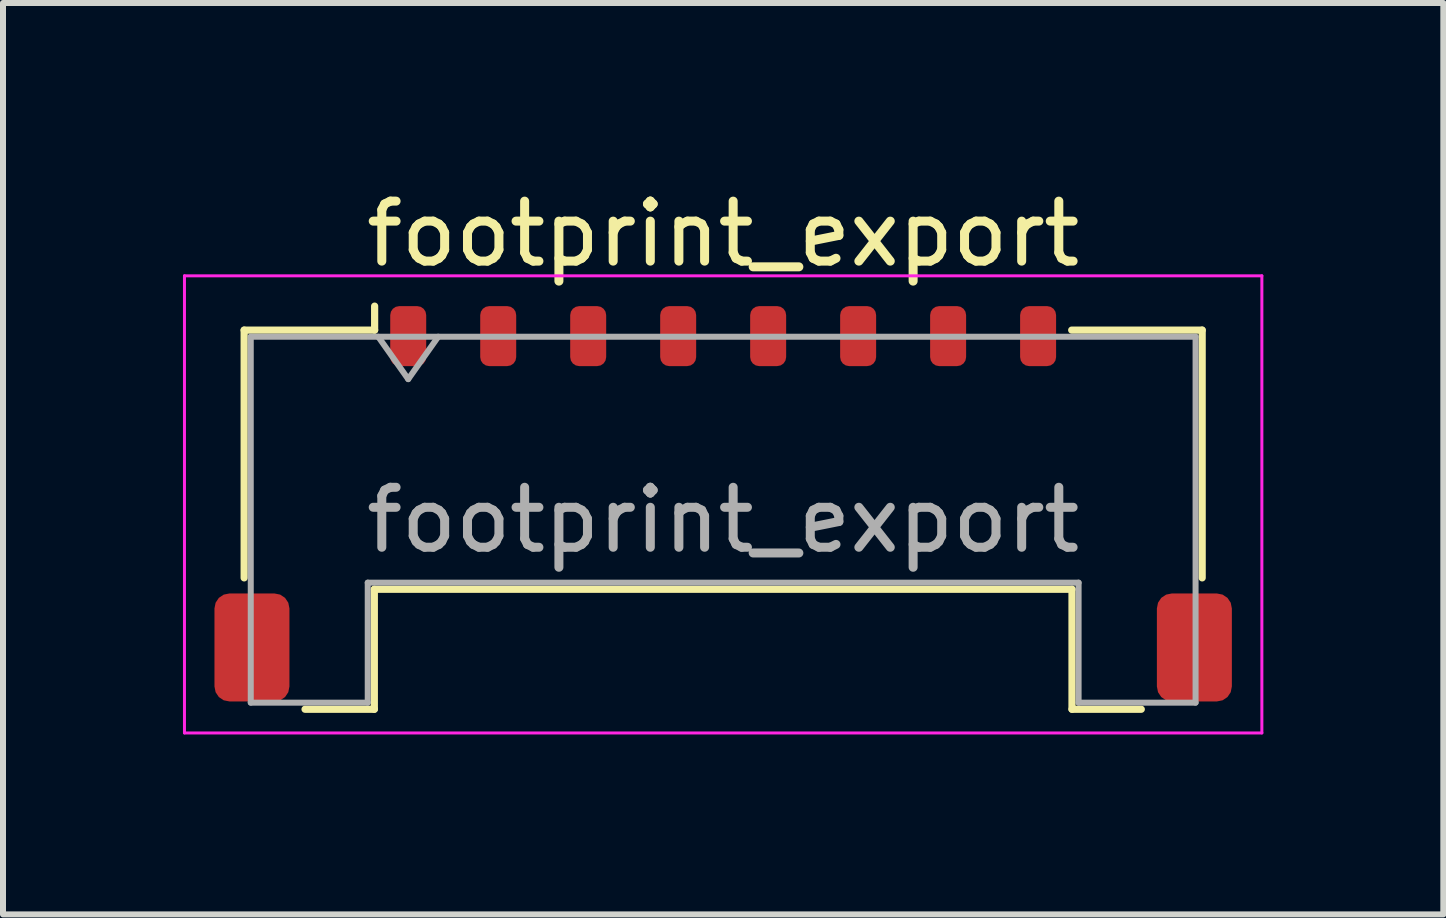
<source format=kicad_pcb>
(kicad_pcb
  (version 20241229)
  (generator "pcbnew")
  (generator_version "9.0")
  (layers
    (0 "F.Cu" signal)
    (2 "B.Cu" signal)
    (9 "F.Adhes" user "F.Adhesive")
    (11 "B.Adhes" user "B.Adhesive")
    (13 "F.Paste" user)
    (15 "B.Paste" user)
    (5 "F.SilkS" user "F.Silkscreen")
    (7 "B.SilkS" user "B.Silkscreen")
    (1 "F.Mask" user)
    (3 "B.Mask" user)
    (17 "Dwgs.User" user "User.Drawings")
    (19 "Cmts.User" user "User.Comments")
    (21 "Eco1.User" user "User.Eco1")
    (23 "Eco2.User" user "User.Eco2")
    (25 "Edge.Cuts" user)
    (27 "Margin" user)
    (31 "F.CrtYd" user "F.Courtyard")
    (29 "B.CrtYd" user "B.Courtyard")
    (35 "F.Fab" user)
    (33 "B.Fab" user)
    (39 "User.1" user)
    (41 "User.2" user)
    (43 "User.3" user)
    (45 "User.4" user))
  (footprint "footprint_export"
    (layer "F.Cu")
    (at 9.005 5.348)
    (property "Reference" "footprint_export" (at 0 -4.5 0) (layer "F.SilkS") (effects (font (size 1 1) (thickness 0.15))))
    (attr smd)
    (fp_line (start -7.985 -2.895) (end -5.81 -2.895) (stroke (width 0.12) (type solid)) (layer "F.SilkS"))
    (fp_line (start -7.985 1.235) (end -7.985 -2.895) (stroke (width 0.12) (type solid)) (layer "F.SilkS"))
    (fp_line (start -6.97 3.425) (end -5.815 3.425) (stroke (width 0.12) (type solid)) (layer "F.SilkS"))
    (fp_line (start -5.815 1.425) (end 5.815 1.425) (stroke (width 0.12) (type solid)) (layer "F.SilkS"))
    (fp_line (start -5.815 3.425) (end -5.815 1.425) (stroke (width 0.12) (type solid)) (layer "F.SilkS"))
    (fp_line (start -5.81 -2.895) (end -5.81 -3.295) (stroke (width 0.12) (type solid)) (layer "F.SilkS"))
    (fp_line (start 5.815 1.425) (end 5.815 3.425) (stroke (width 0.12) (type solid)) (layer "F.SilkS"))
    (fp_line (start 5.815 3.425) (end 6.97 3.425) (stroke (width 0.12) (type solid)) (layer "F.SilkS"))
    (fp_line (start 7.985 -2.895) (end 5.81 -2.895) (stroke (width 0.12) (type solid)) (layer "F.SilkS"))
    (fp_line (start 7.985 1.235) (end 7.985 -2.895) (stroke (width 0.12) (type solid)) (layer "F.SilkS"))
    (fp_line (start -8.98 -3.8) (end -8.98 3.82) (stroke (width 0.05) (type solid)) (layer "F.CrtYd"))
    (fp_line (start -8.98 3.82) (end 8.98 3.82) (stroke (width 0.05) (type solid)) (layer "F.CrtYd"))
    (fp_line (start 8.98 -3.8) (end -8.98 -3.8) (stroke (width 0.05) (type solid)) (layer "F.CrtYd"))
    (fp_line (start 8.98 3.82) (end 8.98 -3.8) (stroke (width 0.05) (type solid)) (layer "F.CrtYd"))
    (fp_line (start -7.875 -2.785) (end -7.875 3.315) (stroke (width 0.1) (type solid)) (layer "F.Fab"))
    (fp_line (start -7.875 -2.785) (end 7.875 -2.785) (stroke (width 0.1) (type solid)) (layer "F.Fab"))
    (fp_line (start -7.875 3.315) (end -5.925 3.315) (stroke (width 0.1) (type solid)) (layer "F.Fab"))
    (fp_line (start -5.925 1.315) (end 5.925 1.315) (stroke (width 0.1) (type solid)) (layer "F.Fab"))
    (fp_line (start -5.925 3.315) (end -5.925 1.315) (stroke (width 0.1) (type solid)) (layer "F.Fab"))
    (fp_line (start -5.75 -2.785) (end -5.25 -2.078) (stroke (width 0.1) (type solid)) (layer "F.Fab"))
    (fp_line (start -5.25 -2.078) (end -4.75 -2.785) (stroke (width 0.1) (type solid)) (layer "F.Fab"))
    (fp_line (start 5.925 1.315) (end 5.925 3.315) (stroke (width 0.1) (type solid)) (layer "F.Fab"))
    (fp_line (start 5.925 3.315) (end 7.875 3.315) (stroke (width 0.1) (type solid)) (layer "F.Fab"))
    (fp_line (start 7.875 -2.785) (end 7.875 3.315) (stroke (width 0.1) (type solid)) (layer "F.Fab"))
    (fp_text user "${REFERENCE}" (at 0 0.27 0) (layer "F.Fab") (effects (font (size 1 1) (thickness 0.15))))
    (pad "1" smd roundrect (at -5.25 -2.795) (size 0.6 1) (layers "F.Cu" "F.Mask" "F.Paste") (roundrect_rratio 0.25))
    (pad "2" smd roundrect (at -3.75 -2.795) (size 0.6 1) (layers "F.Cu" "F.Mask" "F.Paste") (roundrect_rratio 0.25))
    (pad "3" smd roundrect (at -2.25 -2.795) (size 0.6 1) (layers "F.Cu" "F.Mask" "F.Paste") (roundrect_rratio 0.25))
    (pad "4" smd roundrect (at -0.75 -2.795) (size 0.6 1) (layers "F.Cu" "F.Mask" "F.Paste") (roundrect_rratio 0.25))
    (pad "5" smd roundrect (at 0.75 -2.795) (size 0.6 1) (layers "F.Cu" "F.Mask" "F.Paste") (roundrect_rratio 0.25))
    (pad "6" smd roundrect (at 2.25 -2.795) (size 0.6 1) (layers "F.Cu" "F.Mask" "F.Paste") (roundrect_rratio 0.25))
    (pad "7" smd roundrect (at 3.75 -2.795) (size 0.6 1) (layers "F.Cu" "F.Mask" "F.Paste") (roundrect_rratio 0.25))
    (pad "8" smd roundrect (at 5.25 -2.795) (size 0.6 1) (layers "F.Cu" "F.Mask" "F.Paste") (roundrect_rratio 0.25))
    (pad "MP" smd roundrect (at -7.855 2.395) (size 1.25 1.8) (layers "F.Cu" "F.Mask" "F.Paste") (roundrect_rratio 0.2))
    (pad "MP" smd roundrect (at 7.855 2.395) (size 1.25 1.8) (layers "F.Cu" "F.Mask" "F.Paste") (roundrect_rratio 0.2)))
  (gr_rect
    (start -3 -3)
    (end 21.01 12.193)
    (stroke (width 0.1) (type default))
    (fill no)
    (layer "Edge.Cuts")))
</source>
